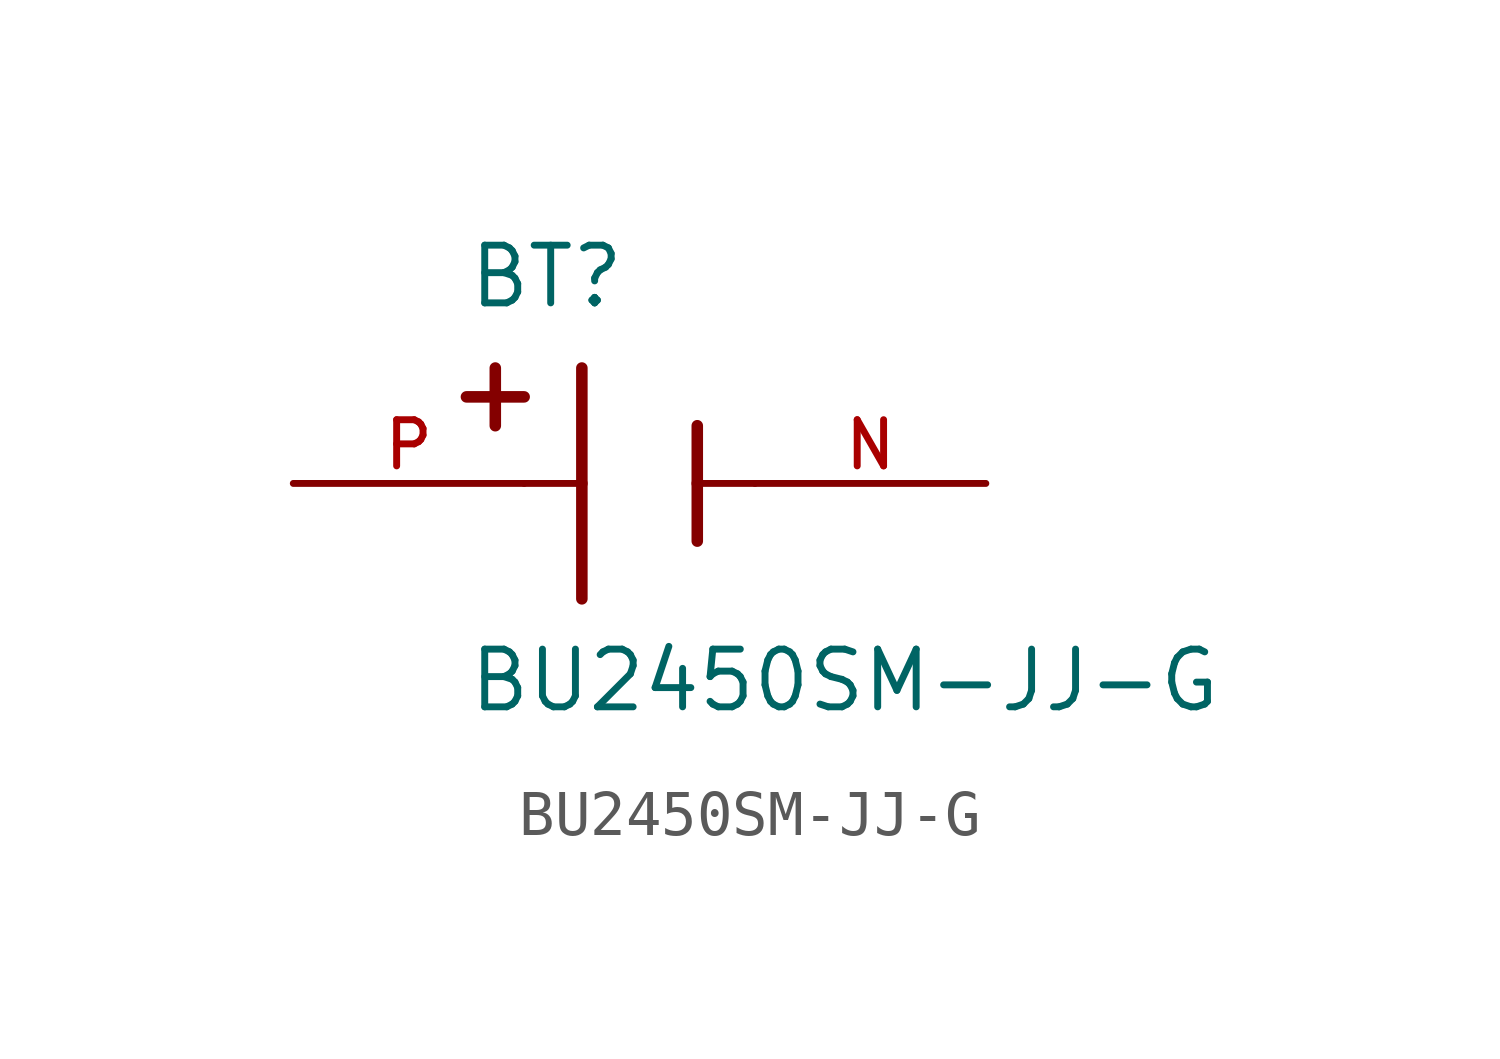
<source format=kicad_sym>
(kicad_symbol_lib
  (version 20211014)
  (generator kicad_symbol_editor)
  (symbol "BU2450SM-JJ-G"
    (pin_names
      (offset 1.016))
    (property "Reference" "BT"
      (at -3.81 3.81 0)
      (effects (font (size 1.27 1.27)) (justify bottom left)))
    (property "Value" "BU2450SM-JJ-G"
      (at -3.81 -5.08 0)
      (effects (font (size 1.27 1.27)) (justify bottom left)))
    (symbol "BU2450SM-JJ-G_0_0"
      (polyline (pts (xy -1.27 2.54) (xy -1.27 0.0)) (stroke (width 0.254)))
      (polyline (pts (xy -1.27 0.0) (xy -1.27 -2.54)) (stroke (width 0.254)))
      (polyline (pts (xy 1.27 1.27) (xy 1.27 0.0)) (stroke (width 0.254)))
      (polyline (pts (xy 1.27 0.0) (xy 1.27 -1.27)) (stroke (width 0.254)))
      (polyline (pts (xy -1.27 0.0) (xy -2.54 0.0)) (stroke (width 0.152)))
      (polyline (pts (xy 1.27 0.0) (xy 2.54 0.0)) (stroke (width 0.152)))
      (polyline (pts (xy -3.175 2.54) (xy -3.175 1.27)) (stroke (width 0.254)))
      (polyline (pts (xy -3.81 1.905) (xy -2.54 1.905)) (stroke (width 0.254)))
      (pin passive line (at -7.62 0.0 0) (length 5.08) (name "~" (effects (font (size 1.016 1.016)))) (number "P" (effects (font (size 1.016 1.016)))))
      (pin passive line (at 7.62 0.0 180.0) (length 5.08) (name "~" (effects (font (size 1.016 1.016)))) (number "N" (effects (font (size 1.016 1.016))))))))
</source>
